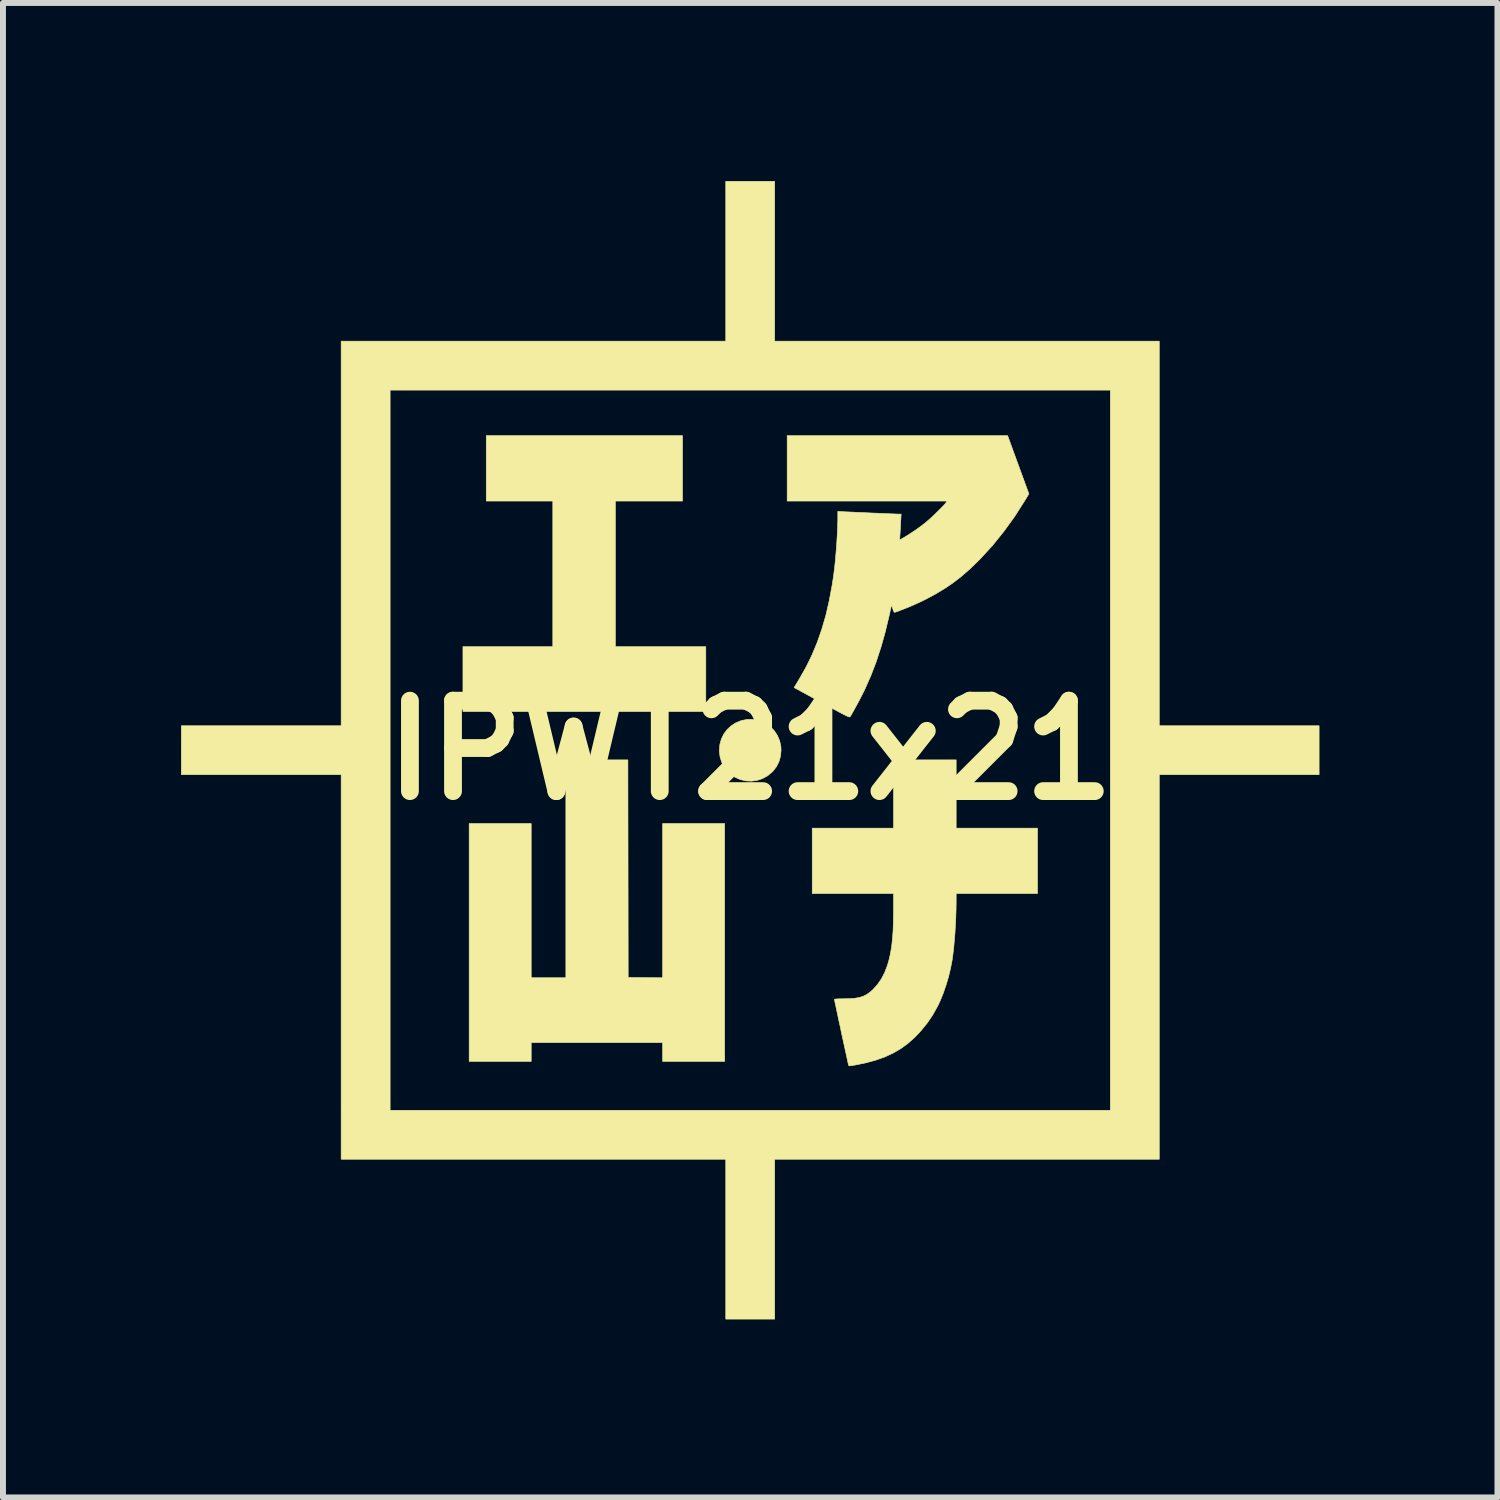
<source format=kicad_pcb>
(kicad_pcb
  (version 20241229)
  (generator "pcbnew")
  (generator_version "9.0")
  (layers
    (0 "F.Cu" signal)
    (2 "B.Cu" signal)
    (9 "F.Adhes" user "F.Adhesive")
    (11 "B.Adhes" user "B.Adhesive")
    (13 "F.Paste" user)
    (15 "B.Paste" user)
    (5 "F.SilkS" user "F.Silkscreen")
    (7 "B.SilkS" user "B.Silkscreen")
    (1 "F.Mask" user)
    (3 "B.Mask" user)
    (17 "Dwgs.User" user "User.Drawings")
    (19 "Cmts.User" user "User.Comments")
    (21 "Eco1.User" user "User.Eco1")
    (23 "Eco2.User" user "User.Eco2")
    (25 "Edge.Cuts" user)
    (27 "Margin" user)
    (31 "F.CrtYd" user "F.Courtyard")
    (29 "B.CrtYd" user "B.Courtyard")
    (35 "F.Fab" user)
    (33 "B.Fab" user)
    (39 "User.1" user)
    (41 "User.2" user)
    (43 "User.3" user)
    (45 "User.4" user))
  (footprint "IPWT21x21"
    (layer "F.Cu")
    (at 9.59 9.59)
    (property "Reference" "IPWT21x21" (at 0 0 0) (layer "F.SilkS") (effects (font (size 1.524 1.524) (thickness 0.3))))
    (attr through_hole)
    (fp_poly (pts (xy -1.141 -4.198) (xy -2.272 -4.198) (xy -2.272 -1.744) (xy -0.748 -1.744) (xy -0.748 -0.652) (xy -4.84 -0.652) (xy -4.84 -1.744) (xy -3.326 -1.744) (xy -3.326 -4.198) (xy -4.447 -4.198) (xy -4.447 -5.3) (xy -1.141 -5.3) (xy -1.141 -4.198)) (stroke (width 0.01) (type solid)) (fill yes) (layer "F.SilkS"))
    (fp_poly (pts (xy -2.056 3.829) (xy -1.766 3.832) (xy -1.476 3.834) (xy -1.476 1.236) (xy -0.431 1.236) (xy -0.431 5.243) (xy -1.476 5.243) (xy -1.476 4.927) (xy -3.69 4.927) (xy -3.69 5.243) (xy -4.735 5.243) (xy -4.735 1.236) (xy -3.69 1.236) (xy -3.69 3.834) (xy -3.106 3.834) (xy -3.106 0.163) (xy -2.061 0.163) (xy -2.056 3.829)) (stroke (width 0.01) (type solid)) (fill yes) (layer "F.SilkS"))
    (fp_poly (pts (xy 0.412 -6.892) (xy 6.892 -6.892) (xy 6.892 -0.412) (xy 9.585 -0.412) (xy 9.585 0.412) (xy 6.892 0.412) (xy 6.892 6.892) (xy 0.412 6.892) (xy 0.412 9.585) (xy -0.412 9.585) (xy -0.412 6.892) (xy -6.892 6.892) (xy -6.892 0.412) (xy -9.585 0.412) (xy -9.585 -0.412) (xy -6.892 -0.412) (xy -6.892 -6.067) (xy -6.067 -6.067) (xy -6.067 6.067) (xy 6.067 6.067) (xy 6.067 -6.067) (xy -6.067 -6.067) (xy -6.892 -6.067) (xy -6.892 -6.892) (xy -0.412 -6.892) (xy -0.412 -9.585) (xy 0.412 -9.585) (xy 0.412 -6.892)) (stroke (width 0.01) (type solid)) (fill yes) (layer "F.SilkS"))
    (fp_poly (pts (xy 0.099 -0.511) (xy 0.191 -0.485) (xy 0.274 -0.444) (xy 0.348 -0.389) (xy 0.411 -0.321) (xy 0.461 -0.243) (xy 0.497 -0.156) (xy 0.517 -0.062) (xy 0.52 0) (xy 0.511 0.1) (xy 0.484 0.194) (xy 0.44 0.281) (xy 0.378 0.359) (xy 0.368 0.368) (xy 0.293 0.431) (xy 0.209 0.477) (xy 0.118 0.508) (xy 0.023 0.521) (xy -0.071 0.517) (xy -0.168 0.494) (xy -0.255 0.456) (xy -0.333 0.401) (xy -0.368 0.368) (xy -0.432 0.292) (xy -0.479 0.206) (xy -0.508 0.114) (xy -0.52 0.014) (xy -0.52 0) (xy -0.511 -0.099) (xy -0.485 -0.191) (xy -0.444 -0.274) (xy -0.389 -0.348) (xy -0.321 -0.411) (xy -0.243 -0.461) (xy -0.156 -0.497) (xy -0.062 -0.517) (xy 0 -0.52) (xy 0.099 -0.511)) (stroke (width 0.01) (type solid)) (fill yes) (layer "F.SilkS"))
    (fp_poly (pts (xy 3.47 1.313) (xy 4.84 1.313) (xy 4.84 2.415) (xy 3.47 2.415) (xy 3.47 2.566) (xy 3.468 2.689) (xy 3.464 2.82) (xy 3.457 2.956) (xy 3.449 3.091) (xy 3.438 3.222) (xy 3.427 3.346) (xy 3.413 3.458) (xy 3.402 3.537) (xy 3.376 3.673) (xy 3.342 3.815) (xy 3.3 3.956) (xy 3.253 4.093) (xy 3.202 4.219) (xy 3.158 4.313) (xy 3.074 4.462) (xy 2.982 4.598) (xy 2.876 4.728) (xy 2.774 4.836) (xy 2.661 4.937) (xy 2.54 5.026) (xy 2.408 5.103) (xy 2.265 5.169) (xy 2.109 5.224) (xy 1.938 5.27) (xy 1.79 5.3) (xy 1.739 5.309) (xy 1.703 5.315) (xy 1.68 5.318) (xy 1.667 5.317) (xy 1.66 5.313) (xy 1.657 5.306) (xy 1.655 5.298) (xy 1.651 5.28) (xy 1.643 5.246) (xy 1.633 5.198) (xy 1.62 5.138) (xy 1.605 5.069) (xy 1.588 4.992) (xy 1.57 4.909) (xy 1.551 4.822) (xy 1.532 4.734) (xy 1.514 4.646) (xy 1.495 4.561) (xy 1.478 4.48) (xy 1.462 4.405) (xy 1.448 4.339) (xy 1.436 4.283) (xy 1.427 4.24) (xy 1.421 4.211) (xy 1.419 4.199) (xy 1.419 4.198) (xy 1.428 4.194) (xy 1.455 4.191) (xy 1.5 4.189) (xy 1.56 4.188) (xy 1.579 4.188) (xy 1.681 4.186) (xy 1.767 4.179) (xy 1.84 4.166) (xy 1.903 4.146) (xy 1.96 4.118) (xy 2.013 4.081) (xy 2.063 4.038) (xy 2.141 3.952) (xy 2.208 3.857) (xy 2.264 3.751) (xy 2.31 3.63) (xy 2.333 3.555) (xy 2.354 3.467) (xy 2.372 3.374) (xy 2.387 3.274) (xy 2.398 3.166) (xy 2.407 3.046) (xy 2.412 2.912) (xy 2.415 2.764) (xy 2.415 2.672) (xy 2.415 2.415) (xy 1.045 2.415) (xy 1.045 1.313) (xy 2.415 1.313) (xy 2.415 0.163) (xy 3.47 0.163) (xy 3.47 1.313)) (stroke (width 0.01) (type solid)) (fill yes) (layer "F.SilkS"))
    (fp_poly (pts (xy 2.48 -5.3) (xy 4.337 -5.3) (xy 4.695 -4.319) (xy 4.632 -4.214) (xy 4.459 -3.943) (xy 4.276 -3.689) (xy 4.084 -3.451) (xy 3.881 -3.229) (xy 3.834 -3.182) (xy 3.694 -3.047) (xy 3.556 -2.927) (xy 3.416 -2.819) (xy 3.271 -2.721) (xy 3.116 -2.628) (xy 2.947 -2.538) (xy 2.914 -2.522) (xy 2.861 -2.496) (xy 2.803 -2.47) (xy 2.741 -2.442) (xy 2.678 -2.415) (xy 2.616 -2.39) (xy 2.559 -2.368) (xy 2.509 -2.348) (xy 2.469 -2.334) (xy 2.44 -2.325) (xy 2.426 -2.324) (xy 2.426 -2.324) (xy 2.42 -2.335) (xy 2.41 -2.359) (xy 2.401 -2.386) (xy 2.392 -2.416) (xy 2.384 -2.436) (xy 2.381 -2.442) (xy 2.378 -2.432) (xy 2.372 -2.407) (xy 2.363 -2.369) (xy 2.353 -2.321) (xy 2.344 -2.281) (xy 2.278 -2.002) (xy 2.204 -1.739) (xy 2.123 -1.491) (xy 2.033 -1.256) (xy 1.934 -1.032) (xy 1.892 -0.947) (xy 1.864 -0.892) (xy 1.833 -0.832) (xy 1.8 -0.771) (xy 1.768 -0.712) (xy 1.738 -0.658) (xy 1.712 -0.612) (xy 1.692 -0.578) (xy 1.683 -0.564) (xy 1.679 -0.561) (xy 1.672 -0.56) (xy 1.661 -0.563) (xy 1.644 -0.569) (xy 1.62 -0.58) (xy 1.588 -0.596) (xy 1.546 -0.617) (xy 1.494 -0.645) (xy 1.429 -0.68) (xy 1.351 -0.722) (xy 1.257 -0.773) (xy 1.206 -0.801) (xy 0.74 -1.055) (xy 0.831 -1.206) (xy 0.942 -1.402) (xy 1.041 -1.605) (xy 1.13 -1.818) (xy 1.207 -2.04) (xy 1.275 -2.274) (xy 1.332 -2.522) (xy 1.381 -2.784) (xy 1.404 -2.933) (xy 1.419 -3.053) (xy 1.434 -3.187) (xy 1.446 -3.328) (xy 1.457 -3.472) (xy 1.466 -3.614) (xy 1.472 -3.749) (xy 1.476 -3.872) (xy 1.476 -3.922) (xy 1.476 -4.024) (xy 1.546 -4.02) (xy 1.571 -4.018) (xy 1.612 -4.016) (xy 1.667 -4.014) (xy 1.732 -4.011) (xy 1.806 -4.007) (xy 1.886 -4.004) (xy 1.97 -4) (xy 2.056 -3.996) (xy 2.141 -3.993) (xy 2.222 -3.989) (xy 2.298 -3.986) (xy 2.366 -3.983) (xy 2.424 -3.981) (xy 2.47 -3.979) (xy 2.5 -3.978) (xy 2.512 -3.978) (xy 2.543 -3.978) (xy 2.536 -3.86) (xy 2.533 -3.802) (xy 2.53 -3.737) (xy 2.526 -3.677) (xy 2.524 -3.643) (xy 2.518 -3.543) (xy 2.575 -3.575) (xy 2.641 -3.614) (xy 2.717 -3.663) (xy 2.796 -3.716) (xy 2.871 -3.77) (xy 2.939 -3.822) (xy 2.943 -3.825) (xy 2.982 -3.858) (xy 3.029 -3.899) (xy 3.079 -3.945) (xy 3.13 -3.994) (xy 3.179 -4.042) (xy 3.223 -4.087) (xy 3.261 -4.126) (xy 3.288 -4.157) (xy 3.297 -4.169) (xy 3.318 -4.198) (xy 0.623 -4.198) (xy 0.623 -5.3) (xy 2.48 -5.3)) (stroke (width 0.01) (type solid)) (fill yes) (layer "F.SilkS")))
  (gr_rect
    (start -3 -3)
    (end 22.18 22.18)
    (stroke (width 0.1) (type default))
    (fill no)
    (layer "Edge.Cuts")))
</source>
